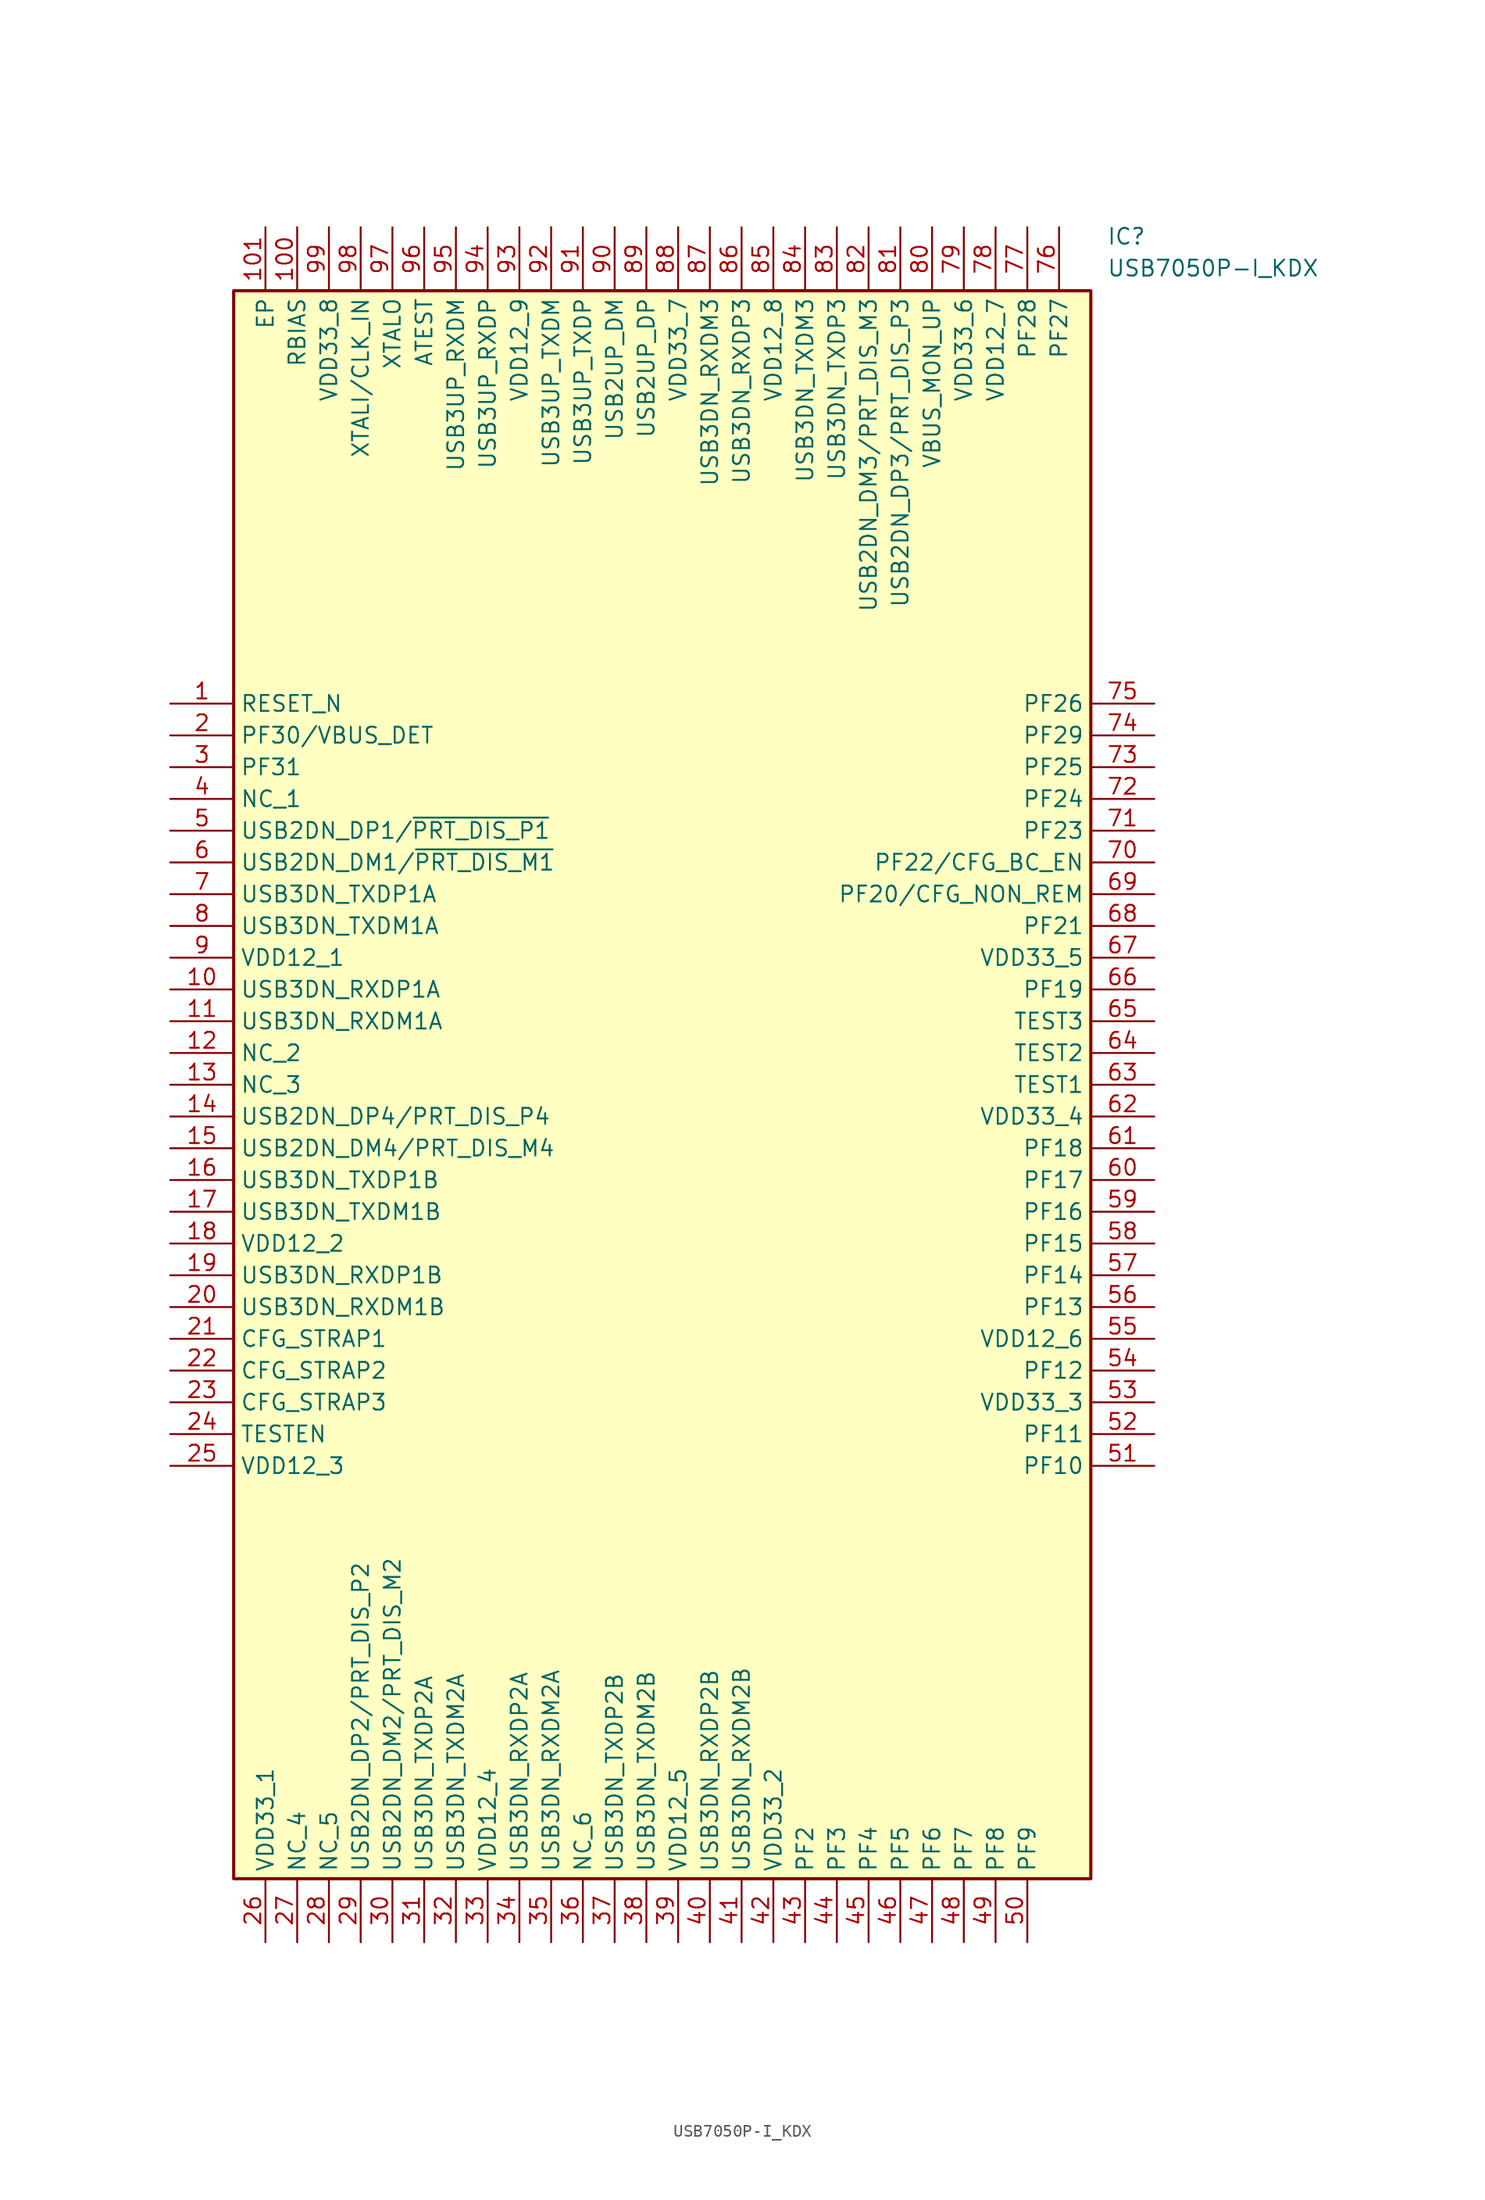
<source format=kicad_sym>
(kicad_symbol_lib
  (version 20211014)
  (generator SamacSys_ECAD_Model)
  (symbol "USB7050P-I_KDX"
    (property "Reference" "IC"
      (at 74.93 38.1 0)
      (effects (font (size 1.27 1.27)) (justify left top)))
    (property "Value" "USB7050P-I_KDX"
      (at 74.93 35.56 0)
      (effects (font (size 1.27 1.27)) (justify left top)))
    (rectangle
      (start 5.08 33.02)
      (end 73.66 -93.98)
      (stroke (width 0.254) (type default))
      (fill (type background)))
    (pin passive line
      (at 0 0 0)
      (length 5.08)
      (name "RESET_N" (effects (font (size 1.27 1.27))))
      (number "1" (effects (font (size 1.27 1.27)))))
    (pin passive line
      (at 0 -2.54 0)
      (length 5.08)
      (name "PF30/VBUS_DET" (effects (font (size 1.27 1.27))))
      (number "2" (effects (font (size 1.27 1.27)))))
    (pin passive line
      (at 0 -5.08 0)
      (length 5.08)
      (name "PF31" (effects (font (size 1.27 1.27))))
      (number "3" (effects (font (size 1.27 1.27)))))
    (pin passive line
      (at 0 -7.62 0)
      (length 5.08)
      (name "NC_1" (effects (font (size 1.27 1.27))))
      (number "4" (effects (font (size 1.27 1.27)))))
    (pin passive line
      (at 0 -10.16 0)
      (length 5.08)
      (name "USB2DN_DP1/~{PRT_DIS_P1}" (effects (font (size 1.27 1.27))))
      (number "5" (effects (font (size 1.27 1.27)))))
    (pin passive line
      (at 0 -12.7 0)
      (length 5.08)
      (name "USB2DN_DM1/~{PRT_DIS_M1}" (effects (font (size 1.27 1.27))))
      (number "6" (effects (font (size 1.27 1.27)))))
    (pin passive line
      (at 0 -15.24 0)
      (length 5.08)
      (name "USB3DN_TXDP1A" (effects (font (size 1.27 1.27))))
      (number "7" (effects (font (size 1.27 1.27)))))
    (pin passive line
      (at 0 -17.78 0)
      (length 5.08)
      (name "USB3DN_TXDM1A" (effects (font (size 1.27 1.27))))
      (number "8" (effects (font (size 1.27 1.27)))))
    (pin passive line
      (at 0 -20.32 0)
      (length 5.08)
      (name "VDD12_1" (effects (font (size 1.27 1.27))))
      (number "9" (effects (font (size 1.27 1.27)))))
    (pin passive line
      (at 0 -22.86 0)
      (length 5.08)
      (name "USB3DN_RXDP1A" (effects (font (size 1.27 1.27))))
      (number "10" (effects (font (size 1.27 1.27)))))
    (pin passive line
      (at 0 -25.4 0)
      (length 5.08)
      (name "USB3DN_RXDM1A" (effects (font (size 1.27 1.27))))
      (number "11" (effects (font (size 1.27 1.27)))))
    (pin passive line
      (at 0 -27.94 0)
      (length 5.08)
      (name "NC_2" (effects (font (size 1.27 1.27))))
      (number "12" (effects (font (size 1.27 1.27)))))
    (pin passive line
      (at 0 -30.48 0)
      (length 5.08)
      (name "NC_3" (effects (font (size 1.27 1.27))))
      (number "13" (effects (font (size 1.27 1.27)))))
    (pin passive line
      (at 0 -33.02 0)
      (length 5.08)
      (name "USB2DN_DP4/PRT_DIS_P4" (effects (font (size 1.27 1.27))))
      (number "14" (effects (font (size 1.27 1.27)))))
    (pin passive line
      (at 0 -35.56 0)
      (length 5.08)
      (name "USB2DN_DM4/PRT_DIS_M4" (effects (font (size 1.27 1.27))))
      (number "15" (effects (font (size 1.27 1.27)))))
    (pin passive line
      (at 0 -38.1 0)
      (length 5.08)
      (name "USB3DN_TXDP1B" (effects (font (size 1.27 1.27))))
      (number "16" (effects (font (size 1.27 1.27)))))
    (pin passive line
      (at 0 -40.64 0)
      (length 5.08)
      (name "USB3DN_TXDM1B" (effects (font (size 1.27 1.27))))
      (number "17" (effects (font (size 1.27 1.27)))))
    (pin passive line
      (at 0 -43.18 0)
      (length 5.08)
      (name "VDD12_2" (effects (font (size 1.27 1.27))))
      (number "18" (effects (font (size 1.27 1.27)))))
    (pin passive line
      (at 0 -45.72 0)
      (length 5.08)
      (name "USB3DN_RXDP1B" (effects (font (size 1.27 1.27))))
      (number "19" (effects (font (size 1.27 1.27)))))
    (pin passive line
      (at 0 -48.26 0)
      (length 5.08)
      (name "USB3DN_RXDM1B" (effects (font (size 1.27 1.27))))
      (number "20" (effects (font (size 1.27 1.27)))))
    (pin passive line
      (at 0 -50.8 0)
      (length 5.08)
      (name "CFG_STRAP1" (effects (font (size 1.27 1.27))))
      (number "21" (effects (font (size 1.27 1.27)))))
    (pin passive line
      (at 0 -53.34 0)
      (length 5.08)
      (name "CFG_STRAP2" (effects (font (size 1.27 1.27))))
      (number "22" (effects (font (size 1.27 1.27)))))
    (pin passive line
      (at 0 -55.88 0)
      (length 5.08)
      (name "CFG_STRAP3" (effects (font (size 1.27 1.27))))
      (number "23" (effects (font (size 1.27 1.27)))))
    (pin passive line
      (at 0 -58.42 0)
      (length 5.08)
      (name "TESTEN" (effects (font (size 1.27 1.27))))
      (number "24" (effects (font (size 1.27 1.27)))))
    (pin passive line
      (at 0 -60.96 0)
      (length 5.08)
      (name "VDD12_3" (effects (font (size 1.27 1.27))))
      (number "25" (effects (font (size 1.27 1.27)))))
    (pin passive line
      (at 7.62 -99.06 90)
      (length 5.08)
      (name "VDD33_1" (effects (font (size 1.27 1.27))))
      (number "26" (effects (font (size 1.27 1.27)))))
    (pin passive line
      (at 10.16 -99.06 90)
      (length 5.08)
      (name "NC_4" (effects (font (size 1.27 1.27))))
      (number "27" (effects (font (size 1.27 1.27)))))
    (pin passive line
      (at 12.7 -99.06 90)
      (length 5.08)
      (name "NC_5" (effects (font (size 1.27 1.27))))
      (number "28" (effects (font (size 1.27 1.27)))))
    (pin passive line
      (at 15.24 -99.06 90)
      (length 5.08)
      (name "USB2DN_DP2/PRT_DIS_P2" (effects (font (size 1.27 1.27))))
      (number "29" (effects (font (size 1.27 1.27)))))
    (pin passive line
      (at 17.78 -99.06 90)
      (length 5.08)
      (name "USB2DN_DM2/PRT_DIS_M2" (effects (font (size 1.27 1.27))))
      (number "30" (effects (font (size 1.27 1.27)))))
    (pin passive line
      (at 20.32 -99.06 90)
      (length 5.08)
      (name "USB3DN_TXDP2A" (effects (font (size 1.27 1.27))))
      (number "31" (effects (font (size 1.27 1.27)))))
    (pin passive line
      (at 22.86 -99.06 90)
      (length 5.08)
      (name "USB3DN_TXDM2A" (effects (font (size 1.27 1.27))))
      (number "32" (effects (font (size 1.27 1.27)))))
    (pin passive line
      (at 25.4 -99.06 90)
      (length 5.08)
      (name "VDD12_4" (effects (font (size 1.27 1.27))))
      (number "33" (effects (font (size 1.27 1.27)))))
    (pin passive line
      (at 27.94 -99.06 90)
      (length 5.08)
      (name "USB3DN_RXDP2A" (effects (font (size 1.27 1.27))))
      (number "34" (effects (font (size 1.27 1.27)))))
    (pin passive line
      (at 30.48 -99.06 90)
      (length 5.08)
      (name "USB3DN_RXDM2A" (effects (font (size 1.27 1.27))))
      (number "35" (effects (font (size 1.27 1.27)))))
    (pin passive line
      (at 33.02 -99.06 90)
      (length 5.08)
      (name "NC_6" (effects (font (size 1.27 1.27))))
      (number "36" (effects (font (size 1.27 1.27)))))
    (pin passive line
      (at 35.56 -99.06 90)
      (length 5.08)
      (name "USB3DN_TXDP2B" (effects (font (size 1.27 1.27))))
      (number "37" (effects (font (size 1.27 1.27)))))
    (pin passive line
      (at 38.1 -99.06 90)
      (length 5.08)
      (name "USB3DN_TXDM2B" (effects (font (size 1.27 1.27))))
      (number "38" (effects (font (size 1.27 1.27)))))
    (pin passive line
      (at 40.64 -99.06 90)
      (length 5.08)
      (name "VDD12_5" (effects (font (size 1.27 1.27))))
      (number "39" (effects (font (size 1.27 1.27)))))
    (pin passive line
      (at 43.18 -99.06 90)
      (length 5.08)
      (name "USB3DN_RXDP2B" (effects (font (size 1.27 1.27))))
      (number "40" (effects (font (size 1.27 1.27)))))
    (pin passive line
      (at 45.72 -99.06 90)
      (length 5.08)
      (name "USB3DN_RXDM2B" (effects (font (size 1.27 1.27))))
      (number "41" (effects (font (size 1.27 1.27)))))
    (pin passive line
      (at 48.26 -99.06 90)
      (length 5.08)
      (name "VDD33_2" (effects (font (size 1.27 1.27))))
      (number "42" (effects (font (size 1.27 1.27)))))
    (pin passive line
      (at 50.8 -99.06 90)
      (length 5.08)
      (name "PF2" (effects (font (size 1.27 1.27))))
      (number "43" (effects (font (size 1.27 1.27)))))
    (pin passive line
      (at 53.34 -99.06 90)
      (length 5.08)
      (name "PF3" (effects (font (size 1.27 1.27))))
      (number "44" (effects (font (size 1.27 1.27)))))
    (pin passive line
      (at 55.88 -99.06 90)
      (length 5.08)
      (name "PF4" (effects (font (size 1.27 1.27))))
      (number "45" (effects (font (size 1.27 1.27)))))
    (pin passive line
      (at 58.42 -99.06 90)
      (length 5.08)
      (name "PF5" (effects (font (size 1.27 1.27))))
      (number "46" (effects (font (size 1.27 1.27)))))
    (pin passive line
      (at 60.96 -99.06 90)
      (length 5.08)
      (name "PF6" (effects (font (size 1.27 1.27))))
      (number "47" (effects (font (size 1.27 1.27)))))
    (pin passive line
      (at 63.5 -99.06 90)
      (length 5.08)
      (name "PF7" (effects (font (size 1.27 1.27))))
      (number "48" (effects (font (size 1.27 1.27)))))
    (pin passive line
      (at 66.04 -99.06 90)
      (length 5.08)
      (name "PF8" (effects (font (size 1.27 1.27))))
      (number "49" (effects (font (size 1.27 1.27)))))
    (pin passive line
      (at 68.58 -99.06 90)
      (length 5.08)
      (name "PF9" (effects (font (size 1.27 1.27))))
      (number "50" (effects (font (size 1.27 1.27)))))
    (pin passive line
      (at 78.74 0 180)
      (length 5.08)
      (name "PF26" (effects (font (size 1.27 1.27))))
      (number "75" (effects (font (size 1.27 1.27)))))
    (pin passive line
      (at 78.74 -2.54 180)
      (length 5.08)
      (name "PF29" (effects (font (size 1.27 1.27))))
      (number "74" (effects (font (size 1.27 1.27)))))
    (pin passive line
      (at 78.74 -5.08 180)
      (length 5.08)
      (name "PF25" (effects (font (size 1.27 1.27))))
      (number "73" (effects (font (size 1.27 1.27)))))
    (pin passive line
      (at 78.74 -7.62 180)
      (length 5.08)
      (name "PF24" (effects (font (size 1.27 1.27))))
      (number "72" (effects (font (size 1.27 1.27)))))
    (pin passive line
      (at 78.74 -10.16 180)
      (length 5.08)
      (name "PF23" (effects (font (size 1.27 1.27))))
      (number "71" (effects (font (size 1.27 1.27)))))
    (pin passive line
      (at 78.74 -12.7 180)
      (length 5.08)
      (name "PF22/CFG_BC_EN" (effects (font (size 1.27 1.27))))
      (number "70" (effects (font (size 1.27 1.27)))))
    (pin passive line
      (at 78.74 -15.24 180)
      (length 5.08)
      (name "PF20/CFG_NON_REM" (effects (font (size 1.27 1.27))))
      (number "69" (effects (font (size 1.27 1.27)))))
    (pin passive line
      (at 78.74 -17.78 180)
      (length 5.08)
      (name "PF21" (effects (font (size 1.27 1.27))))
      (number "68" (effects (font (size 1.27 1.27)))))
    (pin passive line
      (at 78.74 -20.32 180)
      (length 5.08)
      (name "VDD33_5" (effects (font (size 1.27 1.27))))
      (number "67" (effects (font (size 1.27 1.27)))))
    (pin passive line
      (at 78.74 -22.86 180)
      (length 5.08)
      (name "PF19" (effects (font (size 1.27 1.27))))
      (number "66" (effects (font (size 1.27 1.27)))))
    (pin passive line
      (at 78.74 -25.4 180)
      (length 5.08)
      (name "TEST3" (effects (font (size 1.27 1.27))))
      (number "65" (effects (font (size 1.27 1.27)))))
    (pin passive line
      (at 78.74 -27.94 180)
      (length 5.08)
      (name "TEST2" (effects (font (size 1.27 1.27))))
      (number "64" (effects (font (size 1.27 1.27)))))
    (pin passive line
      (at 78.74 -30.48 180)
      (length 5.08)
      (name "TEST1" (effects (font (size 1.27 1.27))))
      (number "63" (effects (font (size 1.27 1.27)))))
    (pin passive line
      (at 78.74 -33.02 180)
      (length 5.08)
      (name "VDD33_4" (effects (font (size 1.27 1.27))))
      (number "62" (effects (font (size 1.27 1.27)))))
    (pin passive line
      (at 78.74 -35.56 180)
      (length 5.08)
      (name "PF18" (effects (font (size 1.27 1.27))))
      (number "61" (effects (font (size 1.27 1.27)))))
    (pin passive line
      (at 78.74 -38.1 180)
      (length 5.08)
      (name "PF17" (effects (font (size 1.27 1.27))))
      (number "60" (effects (font (size 1.27 1.27)))))
    (pin passive line
      (at 78.74 -40.64 180)
      (length 5.08)
      (name "PF16" (effects (font (size 1.27 1.27))))
      (number "59" (effects (font (size 1.27 1.27)))))
    (pin passive line
      (at 78.74 -43.18 180)
      (length 5.08)
      (name "PF15" (effects (font (size 1.27 1.27))))
      (number "58" (effects (font (size 1.27 1.27)))))
    (pin passive line
      (at 78.74 -45.72 180)
      (length 5.08)
      (name "PF14" (effects (font (size 1.27 1.27))))
      (number "57" (effects (font (size 1.27 1.27)))))
    (pin passive line
      (at 78.74 -48.26 180)
      (length 5.08)
      (name "PF13" (effects (font (size 1.27 1.27))))
      (number "56" (effects (font (size 1.27 1.27)))))
    (pin passive line
      (at 78.74 -50.8 180)
      (length 5.08)
      (name "VDD12_6" (effects (font (size 1.27 1.27))))
      (number "55" (effects (font (size 1.27 1.27)))))
    (pin passive line
      (at 78.74 -53.34 180)
      (length 5.08)
      (name "PF12" (effects (font (size 1.27 1.27))))
      (number "54" (effects (font (size 1.27 1.27)))))
    (pin passive line
      (at 78.74 -55.88 180)
      (length 5.08)
      (name "VDD33_3" (effects (font (size 1.27 1.27))))
      (number "53" (effects (font (size 1.27 1.27)))))
    (pin passive line
      (at 78.74 -58.42 180)
      (length 5.08)
      (name "PF11" (effects (font (size 1.27 1.27))))
      (number "52" (effects (font (size 1.27 1.27)))))
    (pin passive line
      (at 78.74 -60.96 180)
      (length 5.08)
      (name "PF10" (effects (font (size 1.27 1.27))))
      (number "51" (effects (font (size 1.27 1.27)))))
    (pin passive line
      (at 7.62 38.1 270)
      (length 5.08)
      (name "EP" (effects (font (size 1.27 1.27))))
      (number "101" (effects (font (size 1.27 1.27)))))
    (pin passive line
      (at 10.16 38.1 270)
      (length 5.08)
      (name "RBIAS" (effects (font (size 1.27 1.27))))
      (number "100" (effects (font (size 1.27 1.27)))))
    (pin passive line
      (at 12.7 38.1 270)
      (length 5.08)
      (name "VDD33_8" (effects (font (size 1.27 1.27))))
      (number "99" (effects (font (size 1.27 1.27)))))
    (pin passive line
      (at 15.24 38.1 270)
      (length 5.08)
      (name "XTALI/CLK_IN" (effects (font (size 1.27 1.27))))
      (number "98" (effects (font (size 1.27 1.27)))))
    (pin passive line
      (at 17.78 38.1 270)
      (length 5.08)
      (name "XTALO" (effects (font (size 1.27 1.27))))
      (number "97" (effects (font (size 1.27 1.27)))))
    (pin passive line
      (at 20.32 38.1 270)
      (length 5.08)
      (name "ATEST" (effects (font (size 1.27 1.27))))
      (number "96" (effects (font (size 1.27 1.27)))))
    (pin passive line
      (at 22.86 38.1 270)
      (length 5.08)
      (name "USB3UP_RXDM" (effects (font (size 1.27 1.27))))
      (number "95" (effects (font (size 1.27 1.27)))))
    (pin passive line
      (at 25.4 38.1 270)
      (length 5.08)
      (name "USB3UP_RXDP" (effects (font (size 1.27 1.27))))
      (number "94" (effects (font (size 1.27 1.27)))))
    (pin passive line
      (at 27.94 38.1 270)
      (length 5.08)
      (name "VDD12_9" (effects (font (size 1.27 1.27))))
      (number "93" (effects (font (size 1.27 1.27)))))
    (pin passive line
      (at 30.48 38.1 270)
      (length 5.08)
      (name "USB3UP_TXDM" (effects (font (size 1.27 1.27))))
      (number "92" (effects (font (size 1.27 1.27)))))
    (pin passive line
      (at 33.02 38.1 270)
      (length 5.08)
      (name "USB3UP_TXDP" (effects (font (size 1.27 1.27))))
      (number "91" (effects (font (size 1.27 1.27)))))
    (pin passive line
      (at 35.56 38.1 270)
      (length 5.08)
      (name "USB2UP_DM" (effects (font (size 1.27 1.27))))
      (number "90" (effects (font (size 1.27 1.27)))))
    (pin passive line
      (at 38.1 38.1 270)
      (length 5.08)
      (name "USB2UP_DP" (effects (font (size 1.27 1.27))))
      (number "89" (effects (font (size 1.27 1.27)))))
    (pin passive line
      (at 40.64 38.1 270)
      (length 5.08)
      (name "VDD33_7" (effects (font (size 1.27 1.27))))
      (number "88" (effects (font (size 1.27 1.27)))))
    (pin passive line
      (at 43.18 38.1 270)
      (length 5.08)
      (name "USB3DN_RXDM3" (effects (font (size 1.27 1.27))))
      (number "87" (effects (font (size 1.27 1.27)))))
    (pin passive line
      (at 45.72 38.1 270)
      (length 5.08)
      (name "USB3DN_RXDP3" (effects (font (size 1.27 1.27))))
      (number "86" (effects (font (size 1.27 1.27)))))
    (pin passive line
      (at 48.26 38.1 270)
      (length 5.08)
      (name "VDD12_8" (effects (font (size 1.27 1.27))))
      (number "85" (effects (font (size 1.27 1.27)))))
    (pin passive line
      (at 50.8 38.1 270)
      (length 5.08)
      (name "USB3DN_TXDM3" (effects (font (size 1.27 1.27))))
      (number "84" (effects (font (size 1.27 1.27)))))
    (pin passive line
      (at 53.34 38.1 270)
      (length 5.08)
      (name "USB3DN_TXDP3" (effects (font (size 1.27 1.27))))
      (number "83" (effects (font (size 1.27 1.27)))))
    (pin passive line
      (at 55.88 38.1 270)
      (length 5.08)
      (name "USB2DN_DM3/PRT_DIS_M3" (effects (font (size 1.27 1.27))))
      (number "82" (effects (font (size 1.27 1.27)))))
    (pin passive line
      (at 58.42 38.1 270)
      (length 5.08)
      (name "USB2DN_DP3/PRT_DIS_P3" (effects (font (size 1.27 1.27))))
      (number "81" (effects (font (size 1.27 1.27)))))
    (pin passive line
      (at 60.96 38.1 270)
      (length 5.08)
      (name "VBUS_MON_UP" (effects (font (size 1.27 1.27))))
      (number "80" (effects (font (size 1.27 1.27)))))
    (pin passive line
      (at 63.5 38.1 270)
      (length 5.08)
      (name "VDD33_6" (effects (font (size 1.27 1.27))))
      (number "79" (effects (font (size 1.27 1.27)))))
    (pin passive line
      (at 66.04 38.1 270)
      (length 5.08)
      (name "VDD12_7" (effects (font (size 1.27 1.27))))
      (number "78" (effects (font (size 1.27 1.27)))))
    (pin passive line
      (at 68.58 38.1 270)
      (length 5.08)
      (name "PF28" (effects (font (size 1.27 1.27))))
      (number "77" (effects (font (size 1.27 1.27)))))
    (pin passive line
      (at 71.12 38.1 270)
      (length 5.08)
      (name "PF27" (effects (font (size 1.27 1.27))))
      (number "76" (effects (font (size 1.27 1.27)))))))
</source>
